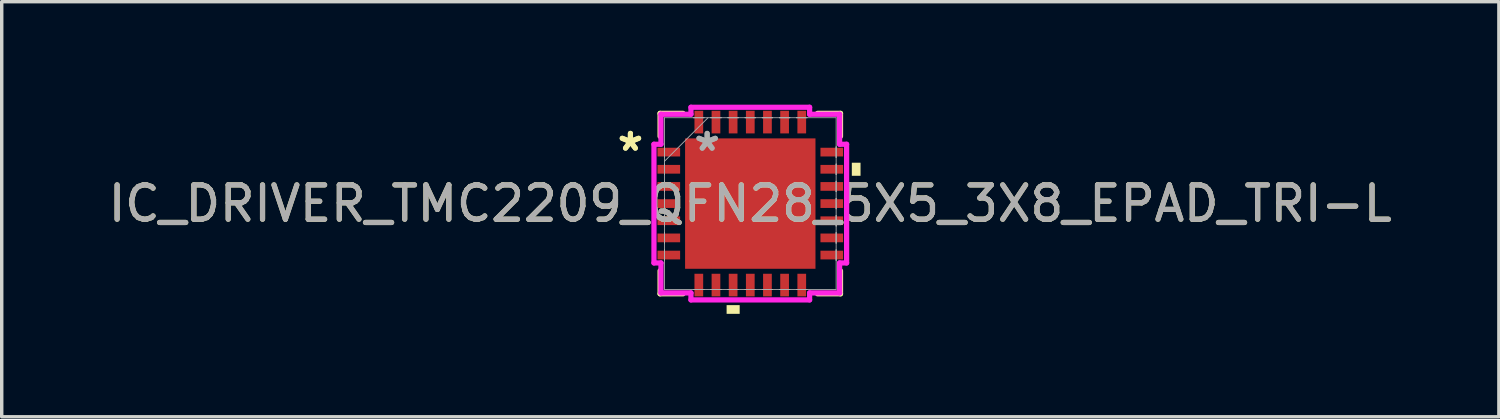
<source format=kicad_pcb>
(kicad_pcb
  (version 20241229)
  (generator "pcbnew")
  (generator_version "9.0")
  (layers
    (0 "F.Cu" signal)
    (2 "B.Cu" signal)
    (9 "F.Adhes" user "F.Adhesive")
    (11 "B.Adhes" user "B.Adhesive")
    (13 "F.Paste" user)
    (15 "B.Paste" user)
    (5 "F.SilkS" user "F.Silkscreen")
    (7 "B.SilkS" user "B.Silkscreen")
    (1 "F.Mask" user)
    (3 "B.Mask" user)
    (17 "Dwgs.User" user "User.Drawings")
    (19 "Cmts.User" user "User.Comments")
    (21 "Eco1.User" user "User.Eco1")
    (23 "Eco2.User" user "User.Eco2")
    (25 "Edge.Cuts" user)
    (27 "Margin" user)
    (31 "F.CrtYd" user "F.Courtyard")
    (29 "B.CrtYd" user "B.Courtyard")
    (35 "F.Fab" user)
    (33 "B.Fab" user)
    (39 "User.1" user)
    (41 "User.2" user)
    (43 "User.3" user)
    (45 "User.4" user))
  (footprint "IC_DRIVER_TMC2209_QFN28_5X5_3X8_EPAD_TRI-L"
    (layer "F.Cu")
    (at 18.815 2.883)
    (property "Reference" "IC_DRIVER_TMC2209_QFN28_5X5_3X8_EPAD_TRI-L" (at 0 0 0) (unlocked yes) (layer "F.SilkS") (effects (font (size 1 1) (thickness 0.15))))
    (attr smd)
    (fp_line (start -2.629 -2.629) (end -2.629 -1.96) (stroke (width 0.152) (type solid)) (layer "F.SilkS"))
    (fp_line (start -2.629 1.96) (end -2.629 2.629) (stroke (width 0.152) (type solid)) (layer "F.SilkS"))
    (fp_line (start -2.629 2.629) (end -1.96 2.629) (stroke (width 0.152) (type solid)) (layer "F.SilkS"))
    (fp_line (start -1.96 -2.629) (end -2.629 -2.629) (stroke (width 0.152) (type solid)) (layer "F.SilkS"))
    (fp_line (start 1.96 2.629) (end 2.629 2.629) (stroke (width 0.152) (type solid)) (layer "F.SilkS"))
    (fp_line (start 2.629 -2.629) (end 1.96 -2.629) (stroke (width 0.152) (type solid)) (layer "F.SilkS"))
    (fp_line (start 2.629 -1.96) (end 2.629 -2.629) (stroke (width 0.152) (type solid)) (layer "F.SilkS"))
    (fp_line (start 2.629 2.629) (end 2.629 1.96) (stroke (width 0.152) (type solid)) (layer "F.SilkS"))
    (fp_poly (pts (xy -0.69 2.959) (xy -0.69 3.213) (xy -0.309 3.213) (xy -0.309 2.959)) (stroke (width 0) (type solid)) (fill yes) (layer "F.SilkS"))
    (fp_poly (pts (xy 3.213 -1.191) (xy 3.213 -0.81) (xy 2.959 -0.81) (xy 2.959 -1.191)) (stroke (width 0) (type solid)) (fill yes) (layer "F.SilkS"))
    (fp_line (start -2.807 -1.729) (end -2.603 -1.729) (stroke (width 0.152) (type solid)) (layer "F.CrtYd"))
    (fp_line (start -2.807 1.729) (end -2.807 -1.729) (stroke (width 0.152) (type solid)) (layer "F.CrtYd"))
    (fp_line (start -2.603 -2.603) (end -1.729 -2.603) (stroke (width 0.152) (type solid)) (layer "F.CrtYd"))
    (fp_line (start -2.603 -1.729) (end -2.603 -2.603) (stroke (width 0.152) (type solid)) (layer "F.CrtYd"))
    (fp_line (start -2.603 1.729) (end -2.807 1.729) (stroke (width 0.152) (type solid)) (layer "F.CrtYd"))
    (fp_line (start -2.603 2.603) (end -2.603 1.729) (stroke (width 0.152) (type solid)) (layer "F.CrtYd"))
    (fp_line (start -1.729 -2.807) (end 1.729 -2.807) (stroke (width 0.152) (type solid)) (layer "F.CrtYd"))
    (fp_line (start -1.729 -2.603) (end -1.729 -2.807) (stroke (width 0.152) (type solid)) (layer "F.CrtYd"))
    (fp_line (start -1.729 2.603) (end -2.603 2.603) (stroke (width 0.152) (type solid)) (layer "F.CrtYd"))
    (fp_line (start -1.729 2.807) (end -1.729 2.603) (stroke (width 0.152) (type solid)) (layer "F.CrtYd"))
    (fp_line (start 1.729 -2.807) (end 1.729 -2.603) (stroke (width 0.152) (type solid)) (layer "F.CrtYd"))
    (fp_line (start 1.729 -2.603) (end 2.603 -2.603) (stroke (width 0.152) (type solid)) (layer "F.CrtYd"))
    (fp_line (start 1.729 2.603) (end 1.729 2.807) (stroke (width 0.152) (type solid)) (layer "F.CrtYd"))
    (fp_line (start 1.729 2.807) (end -1.729 2.807) (stroke (width 0.152) (type solid)) (layer "F.CrtYd"))
    (fp_line (start 2.603 -2.603) (end 2.603 -1.729) (stroke (width 0.152) (type solid)) (layer "F.CrtYd"))
    (fp_line (start 2.603 -1.729) (end 2.807 -1.729) (stroke (width 0.152) (type solid)) (layer "F.CrtYd"))
    (fp_line (start 2.603 1.729) (end 2.603 2.603) (stroke (width 0.152) (type solid)) (layer "F.CrtYd"))
    (fp_line (start 2.603 2.603) (end 1.729 2.603) (stroke (width 0.152) (type solid)) (layer "F.CrtYd"))
    (fp_line (start 2.807 -1.729) (end 2.807 1.729) (stroke (width 0.152) (type solid)) (layer "F.CrtYd"))
    (fp_line (start 2.807 1.729) (end 2.603 1.729) (stroke (width 0.152) (type solid)) (layer "F.CrtYd"))
    (fp_line (start -2.502 -2.502) (end -2.502 2.502) (stroke (width 0.025) (type solid)) (layer "F.Fab"))
    (fp_line (start -2.502 -1.652) (end -2.502 -1.652) (stroke (width 0.025) (type solid)) (layer "F.Fab"))
    (fp_line (start -2.502 -1.652) (end -2.502 -1.348) (stroke (width 0.025) (type solid)) (layer "F.Fab"))
    (fp_line (start -2.502 -1.348) (end -2.502 -1.652) (stroke (width 0.025) (type solid)) (layer "F.Fab"))
    (fp_line (start -2.502 -1.348) (end -2.502 -1.348) (stroke (width 0.025) (type solid)) (layer "F.Fab"))
    (fp_line (start -2.502 -1.232) (end -1.232 -2.502) (stroke (width 0.025) (type solid)) (layer "F.Fab"))
    (fp_line (start -2.502 -1.152) (end -2.502 -1.152) (stroke (width 0.025) (type solid)) (layer "F.Fab"))
    (fp_line (start -2.502 -1.152) (end -2.502 -0.848) (stroke (width 0.025) (type solid)) (layer "F.Fab"))
    (fp_line (start -2.502 -0.848) (end -2.502 -1.152) (stroke (width 0.025) (type solid)) (layer "F.Fab"))
    (fp_line (start -2.502 -0.848) (end -2.502 -0.848) (stroke (width 0.025) (type solid)) (layer "F.Fab"))
    (fp_line (start -2.502 -0.652) (end -2.502 -0.652) (stroke (width 0.025) (type solid)) (layer "F.Fab"))
    (fp_line (start -2.502 -0.652) (end -2.502 -0.348) (stroke (width 0.025) (type solid)) (layer "F.Fab"))
    (fp_line (start -2.502 -0.348) (end -2.502 -0.652) (stroke (width 0.025) (type solid)) (layer "F.Fab"))
    (fp_line (start -2.502 -0.348) (end -2.502 -0.348) (stroke (width 0.025) (type solid)) (layer "F.Fab"))
    (fp_line (start -2.502 -0.152) (end -2.502 -0.152) (stroke (width 0.025) (type solid)) (layer "F.Fab"))
    (fp_line (start -2.502 -0.152) (end -2.502 0.152) (stroke (width 0.025) (type solid)) (layer "F.Fab"))
    (fp_line (start -2.502 0.152) (end -2.502 -0.152) (stroke (width 0.025) (type solid)) (layer "F.Fab"))
    (fp_line (start -2.502 0.152) (end -2.502 0.152) (stroke (width 0.025) (type solid)) (layer "F.Fab"))
    (fp_line (start -2.502 0.348) (end -2.502 0.348) (stroke (width 0.025) (type solid)) (layer "F.Fab"))
    (fp_line (start -2.502 0.348) (end -2.502 0.652) (stroke (width 0.025) (type solid)) (layer "F.Fab"))
    (fp_line (start -2.502 0.652) (end -2.502 0.348) (stroke (width 0.025) (type solid)) (layer "F.Fab"))
    (fp_line (start -2.502 0.652) (end -2.502 0.652) (stroke (width 0.025) (type solid)) (layer "F.Fab"))
    (fp_line (start -2.502 0.848) (end -2.502 0.848) (stroke (width 0.025) (type solid)) (layer "F.Fab"))
    (fp_line (start -2.502 0.848) (end -2.502 1.152) (stroke (width 0.025) (type solid)) (layer "F.Fab"))
    (fp_line (start -2.502 1.152) (end -2.502 0.848) (stroke (width 0.025) (type solid)) (layer "F.Fab"))
    (fp_line (start -2.502 1.152) (end -2.502 1.152) (stroke (width 0.025) (type solid)) (layer "F.Fab"))
    (fp_line (start -2.502 1.348) (end -2.502 1.348) (stroke (width 0.025) (type solid)) (layer "F.Fab"))
    (fp_line (start -2.502 1.348) (end -2.502 1.652) (stroke (width 0.025) (type solid)) (layer "F.Fab"))
    (fp_line (start -2.502 1.652) (end -2.502 1.348) (stroke (width 0.025) (type solid)) (layer "F.Fab"))
    (fp_line (start -2.502 1.652) (end -2.502 1.652) (stroke (width 0.025) (type solid)) (layer "F.Fab"))
    (fp_line (start -2.502 2.502) (end 2.502 2.502) (stroke (width 0.025) (type solid)) (layer "F.Fab"))
    (fp_line (start -1.652 -2.502) (end -1.652 -2.502) (stroke (width 0.025) (type solid)) (layer "F.Fab"))
    (fp_line (start -1.652 -2.502) (end -1.348 -2.502) (stroke (width 0.025) (type solid)) (layer "F.Fab"))
    (fp_line (start -1.652 2.502) (end -1.652 2.502) (stroke (width 0.025) (type solid)) (layer "F.Fab"))
    (fp_line (start -1.652 2.502) (end -1.348 2.502) (stroke (width 0.025) (type solid)) (layer "F.Fab"))
    (fp_line (start -1.348 -2.502) (end -1.652 -2.502) (stroke (width 0.025) (type solid)) (layer "F.Fab"))
    (fp_line (start -1.348 -2.502) (end -1.348 -2.502) (stroke (width 0.025) (type solid)) (layer "F.Fab"))
    (fp_line (start -1.348 2.502) (end -1.652 2.502) (stroke (width 0.025) (type solid)) (layer "F.Fab"))
    (fp_line (start -1.348 2.502) (end -1.348 2.502) (stroke (width 0.025) (type solid)) (layer "F.Fab"))
    (fp_line (start -1.152 -2.502) (end -1.152 -2.502) (stroke (width 0.025) (type solid)) (layer "F.Fab"))
    (fp_line (start -1.152 -2.502) (end -0.848 -2.502) (stroke (width 0.025) (type solid)) (layer "F.Fab"))
    (fp_line (start -1.152 2.502) (end -1.152 2.502) (stroke (width 0.025) (type solid)) (layer "F.Fab"))
    (fp_line (start -1.152 2.502) (end -0.848 2.502) (stroke (width 0.025) (type solid)) (layer "F.Fab"))
    (fp_line (start -0.848 -2.502) (end -1.152 -2.502) (stroke (width 0.025) (type solid)) (layer "F.Fab"))
    (fp_line (start -0.848 -2.502) (end -0.848 -2.502) (stroke (width 0.025) (type solid)) (layer "F.Fab"))
    (fp_line (start -0.848 2.502) (end -1.152 2.502) (stroke (width 0.025) (type solid)) (layer "F.Fab"))
    (fp_line (start -0.848 2.502) (end -0.848 2.502) (stroke (width 0.025) (type solid)) (layer "F.Fab"))
    (fp_line (start -0.652 -2.502) (end -0.652 -2.502) (stroke (width 0.025) (type solid)) (layer "F.Fab"))
    (fp_line (start -0.652 -2.502) (end -0.348 -2.502) (stroke (width 0.025) (type solid)) (layer "F.Fab"))
    (fp_line (start -0.652 2.502) (end -0.652 2.502) (stroke (width 0.025) (type solid)) (layer "F.Fab"))
    (fp_line (start -0.652 2.502) (end -0.348 2.502) (stroke (width 0.025) (type solid)) (layer "F.Fab"))
    (fp_line (start -0.348 -2.502) (end -0.652 -2.502) (stroke (width 0.025) (type solid)) (layer "F.Fab"))
    (fp_line (start -0.348 -2.502) (end -0.348 -2.502) (stroke (width 0.025) (type solid)) (layer "F.Fab"))
    (fp_line (start -0.348 2.502) (end -0.652 2.502) (stroke (width 0.025) (type solid)) (layer "F.Fab"))
    (fp_line (start -0.348 2.502) (end -0.348 2.502) (stroke (width 0.025) (type solid)) (layer "F.Fab"))
    (fp_line (start -0.152 -2.502) (end -0.152 -2.502) (stroke (width 0.025) (type solid)) (layer "F.Fab"))
    (fp_line (start -0.152 -2.502) (end 0.152 -2.502) (stroke (width 0.025) (type solid)) (layer "F.Fab"))
    (fp_line (start -0.152 2.502) (end -0.152 2.502) (stroke (width 0.025) (type solid)) (layer "F.Fab"))
    (fp_line (start -0.152 2.502) (end 0.152 2.502) (stroke (width 0.025) (type solid)) (layer "F.Fab"))
    (fp_line (start 0.152 -2.502) (end -0.152 -2.502) (stroke (width 0.025) (type solid)) (layer "F.Fab"))
    (fp_line (start 0.152 -2.502) (end 0.152 -2.502) (stroke (width 0.025) (type solid)) (layer "F.Fab"))
    (fp_line (start 0.152 2.502) (end -0.152 2.502) (stroke (width 0.025) (type solid)) (layer "F.Fab"))
    (fp_line (start 0.152 2.502) (end 0.152 2.502) (stroke (width 0.025) (type solid)) (layer "F.Fab"))
    (fp_line (start 0.348 -2.502) (end 0.348 -2.502) (stroke (width 0.025) (type solid)) (layer "F.Fab"))
    (fp_line (start 0.348 -2.502) (end 0.652 -2.502) (stroke (width 0.025) (type solid)) (layer "F.Fab"))
    (fp_line (start 0.348 2.502) (end 0.348 2.502) (stroke (width 0.025) (type solid)) (layer "F.Fab"))
    (fp_line (start 0.348 2.502) (end 0.652 2.502) (stroke (width 0.025) (type solid)) (layer "F.Fab"))
    (fp_line (start 0.652 -2.502) (end 0.348 -2.502) (stroke (width 0.025) (type solid)) (layer "F.Fab"))
    (fp_line (start 0.652 -2.502) (end 0.652 -2.502) (stroke (width 0.025) (type solid)) (layer "F.Fab"))
    (fp_line (start 0.652 2.502) (end 0.348 2.502) (stroke (width 0.025) (type solid)) (layer "F.Fab"))
    (fp_line (start 0.652 2.502) (end 0.652 2.502) (stroke (width 0.025) (type solid)) (layer "F.Fab"))
    (fp_line (start 0.848 -2.502) (end 0.848 -2.502) (stroke (width 0.025) (type solid)) (layer "F.Fab"))
    (fp_line (start 0.848 -2.502) (end 1.152 -2.502) (stroke (width 0.025) (type solid)) (layer "F.Fab"))
    (fp_line (start 0.848 2.502) (end 0.848 2.502) (stroke (width 0.025) (type solid)) (layer "F.Fab"))
    (fp_line (start 0.848 2.502) (end 1.152 2.502) (stroke (width 0.025) (type solid)) (layer "F.Fab"))
    (fp_line (start 1.152 -2.502) (end 0.848 -2.502) (stroke (width 0.025) (type solid)) (layer "F.Fab"))
    (fp_line (start 1.152 -2.502) (end 1.152 -2.502) (stroke (width 0.025) (type solid)) (layer "F.Fab"))
    (fp_line (start 1.152 2.502) (end 0.848 2.502) (stroke (width 0.025) (type solid)) (layer "F.Fab"))
    (fp_line (start 1.152 2.502) (end 1.152 2.502) (stroke (width 0.025) (type solid)) (layer "F.Fab"))
    (fp_line (start 1.348 -2.502) (end 1.348 -2.502) (stroke (width 0.025) (type solid)) (layer "F.Fab"))
    (fp_line (start 1.348 -2.502) (end 1.652 -2.502) (stroke (width 0.025) (type solid)) (layer "F.Fab"))
    (fp_line (start 1.348 2.502) (end 1.348 2.502) (stroke (width 0.025) (type solid)) (layer "F.Fab"))
    (fp_line (start 1.348 2.502) (end 1.652 2.502) (stroke (width 0.025) (type solid)) (layer "F.Fab"))
    (fp_line (start 1.652 -2.502) (end 1.348 -2.502) (stroke (width 0.025) (type solid)) (layer "F.Fab"))
    (fp_line (start 1.652 -2.502) (end 1.652 -2.502) (stroke (width 0.025) (type solid)) (layer "F.Fab"))
    (fp_line (start 1.652 2.502) (end 1.348 2.502) (stroke (width 0.025) (type solid)) (layer "F.Fab"))
    (fp_line (start 1.652 2.502) (end 1.652 2.502) (stroke (width 0.025) (type solid)) (layer "F.Fab"))
    (fp_line (start 2.502 -2.502) (end -2.502 -2.502) (stroke (width 0.025) (type solid)) (layer "F.Fab"))
    (fp_line (start 2.502 -1.652) (end 2.502 -1.652) (stroke (width 0.025) (type solid)) (layer "F.Fab"))
    (fp_line (start 2.502 -1.652) (end 2.502 -1.348) (stroke (width 0.025) (type solid)) (layer "F.Fab"))
    (fp_line (start 2.502 -1.348) (end 2.502 -1.652) (stroke (width 0.025) (type solid)) (layer "F.Fab"))
    (fp_line (start 2.502 -1.348) (end 2.502 -1.348) (stroke (width 0.025) (type solid)) (layer "F.Fab"))
    (fp_line (start 2.502 -1.152) (end 2.502 -1.152) (stroke (width 0.025) (type solid)) (layer "F.Fab"))
    (fp_line (start 2.502 -1.152) (end 2.502 -0.848) (stroke (width 0.025) (type solid)) (layer "F.Fab"))
    (fp_line (start 2.502 -0.848) (end 2.502 -1.152) (stroke (width 0.025) (type solid)) (layer "F.Fab"))
    (fp_line (start 2.502 -0.848) (end 2.502 -0.848) (stroke (width 0.025) (type solid)) (layer "F.Fab"))
    (fp_line (start 2.502 -0.652) (end 2.502 -0.652) (stroke (width 0.025) (type solid)) (layer "F.Fab"))
    (fp_line (start 2.502 -0.652) (end 2.502 -0.348) (stroke (width 0.025) (type solid)) (layer "F.Fab"))
    (fp_line (start 2.502 -0.348) (end 2.502 -0.652) (stroke (width 0.025) (type solid)) (layer "F.Fab"))
    (fp_line (start 2.502 -0.348) (end 2.502 -0.348) (stroke (width 0.025) (type solid)) (layer "F.Fab"))
    (fp_line (start 2.502 -0.152) (end 2.502 -0.152) (stroke (width 0.025) (type solid)) (layer "F.Fab"))
    (fp_line (start 2.502 -0.152) (end 2.502 0.152) (stroke (width 0.025) (type solid)) (layer "F.Fab"))
    (fp_line (start 2.502 0.152) (end 2.502 -0.152) (stroke (width 0.025) (type solid)) (layer "F.Fab"))
    (fp_line (start 2.502 0.152) (end 2.502 0.152) (stroke (width 0.025) (type solid)) (layer "F.Fab"))
    (fp_line (start 2.502 0.348) (end 2.502 0.348) (stroke (width 0.025) (type solid)) (layer "F.Fab"))
    (fp_line (start 2.502 0.348) (end 2.502 0.652) (stroke (width 0.025) (type solid)) (layer "F.Fab"))
    (fp_line (start 2.502 0.652) (end 2.502 0.348) (stroke (width 0.025) (type solid)) (layer "F.Fab"))
    (fp_line (start 2.502 0.652) (end 2.502 0.652) (stroke (width 0.025) (type solid)) (layer "F.Fab"))
    (fp_line (start 2.502 0.848) (end 2.502 0.848) (stroke (width 0.025) (type solid)) (layer "F.Fab"))
    (fp_line (start 2.502 0.848) (end 2.502 1.152) (stroke (width 0.025) (type solid)) (layer "F.Fab"))
    (fp_line (start 2.502 1.152) (end 2.502 0.848) (stroke (width 0.025) (type solid)) (layer "F.Fab"))
    (fp_line (start 2.502 1.152) (end 2.502 1.152) (stroke (width 0.025) (type solid)) (layer "F.Fab"))
    (fp_line (start 2.502 1.348) (end 2.502 1.348) (stroke (width 0.025) (type solid)) (layer "F.Fab"))
    (fp_line (start 2.502 1.348) (end 2.502 1.652) (stroke (width 0.025) (type solid)) (layer "F.Fab"))
    (fp_line (start 2.502 1.652) (end 2.502 1.348) (stroke (width 0.025) (type solid)) (layer "F.Fab"))
    (fp_line (start 2.502 1.652) (end 2.502 1.652) (stroke (width 0.025) (type solid)) (layer "F.Fab"))
    (fp_line (start 2.502 2.502) (end 2.502 -2.502) (stroke (width 0.025) (type solid)) (layer "F.Fab"))
    (fp_text user "*" (at -3.493 -1.5 0) (layer "F.SilkS") (effects (font (size 1 1) (thickness 0.15))))
    (fp_text user "*" (at -3.493 -1.5 0) (unlocked yes) (layer "F.SilkS") (effects (font (size 1 1) (thickness 0.15))))
    (fp_text user "*" (at -1.257 -1.5 0) (unlocked yes) (layer "F.Fab") (effects (font (size 1 1) (thickness 0.15))))
    (fp_text user "${REFERENCE}" (at 0 0 0) (unlocked yes) (layer "F.Fab") (effects (font (size 1 1) (thickness 0.15))))
    (fp_text user "*" (at -1.257 -1.5 0) (layer "F.Fab") (effects (font (size 1 1) (thickness 0.15))))
    (pad "1" smd rect (at -2.375 -1.5 90) (size 0.254 0.66) (layers "F.Cu" "F.Mask" "F.Paste"))
    (pad "2" smd rect (at -2.375 -1 90) (size 0.254 0.66) (layers "F.Cu" "F.Mask" "F.Paste"))
    (pad "3" smd rect (at -2.375 -0.5 90) (size 0.254 0.66) (layers "F.Cu" "F.Mask" "F.Paste"))
    (pad "4" smd rect (at -2.375 0 90) (size 0.254 0.66) (layers "F.Cu" "F.Mask" "F.Paste"))
    (pad "5" smd rect (at -2.375 0.5 90) (size 0.254 0.66) (layers "F.Cu" "F.Mask" "F.Paste"))
    (pad "6" smd rect (at -2.375 1 90) (size 0.254 0.66) (layers "F.Cu" "F.Mask" "F.Paste"))
    (pad "7" smd rect (at -2.375 1.5 90) (size 0.254 0.66) (layers "F.Cu" "F.Mask" "F.Paste"))
    (pad "8" smd rect (at -1.5 2.375) (size 0.254 0.66) (layers "F.Cu" "F.Mask" "F.Paste"))
    (pad "9" smd rect (at -1 2.375) (size 0.254 0.66) (layers "F.Cu" "F.Mask" "F.Paste"))
    (pad "10" smd rect (at -0.5 2.375) (size 0.254 0.66) (layers "F.Cu" "F.Mask" "F.Paste"))
    (pad "11" smd rect (at 0 2.375) (size 0.254 0.66) (layers "F.Cu" "F.Mask" "F.Paste"))
    (pad "12" smd rect (at 0.5 2.375) (size 0.254 0.66) (layers "F.Cu" "F.Mask" "F.Paste"))
    (pad "13" smd rect (at 1 2.375) (size 0.254 0.66) (layers "F.Cu" "F.Mask" "F.Paste"))
    (pad "14" smd rect (at 1.5 2.375) (size 0.254 0.66) (layers "F.Cu" "F.Mask" "F.Paste"))
    (pad "15" smd rect (at 2.375 1.5 90) (size 0.254 0.66) (layers "F.Cu" "F.Mask" "F.Paste"))
    (pad "16" smd rect (at 2.375 1 90) (size 0.254 0.66) (layers "F.Cu" "F.Mask" "F.Paste"))
    (pad "17" smd rect (at 2.375 0.5 90) (size 0.254 0.66) (layers "F.Cu" "F.Mask" "F.Paste"))
    (pad "18" smd rect (at 2.375 0 90) (size 0.254 0.66) (layers "F.Cu" "F.Mask" "F.Paste"))
    (pad "19" smd rect (at 2.375 -0.5 90) (size 0.254 0.66) (layers "F.Cu" "F.Mask" "F.Paste"))
    (pad "20" smd rect (at 2.375 -1 90) (size 0.254 0.66) (layers "F.Cu" "F.Mask" "F.Paste"))
    (pad "21" smd rect (at 2.375 -1.5 90) (size 0.254 0.66) (layers "F.Cu" "F.Mask" "F.Paste"))
    (pad "22" smd rect (at 1.5 -2.375) (size 0.254 0.66) (layers "F.Cu" "F.Mask" "F.Paste"))
    (pad "23" smd rect (at 1 -2.375) (size 0.254 0.66) (layers "F.Cu" "F.Mask" "F.Paste"))
    (pad "24" smd rect (at 0.5 -2.375) (size 0.254 0.66) (layers "F.Cu" "F.Mask" "F.Paste"))
    (pad "25" smd rect (at 0 -2.375) (size 0.254 0.66) (layers "F.Cu" "F.Mask" "F.Paste"))
    (pad "26" smd rect (at -0.5 -2.375) (size 0.254 0.66) (layers "F.Cu" "F.Mask" "F.Paste"))
    (pad "27" smd rect (at -1 -2.375) (size 0.254 0.66) (layers "F.Cu" "F.Mask" "F.Paste"))
    (pad "28" smd rect (at -1.5 -2.375) (size 0.254 0.66) (layers "F.Cu" "F.Mask" "F.Paste"))
    (pad "29" smd rect (at 0 0) (size 3.8 3.8) (layers "F.Cu" "F.Mask" "F.Paste")))
  (gr_rect
    (start -3 -3)
    (end 40.631 9.096)
    (stroke (width 0.1) (type default))
    (fill no)
    (layer "Edge.Cuts")))
</source>
